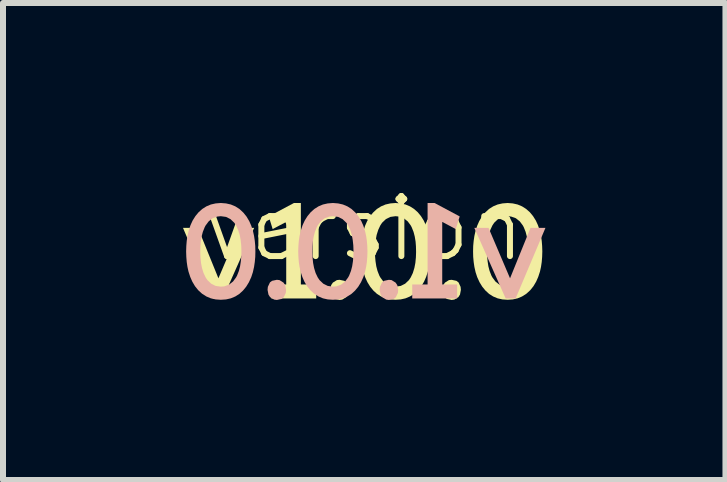
<source format=kicad_pcb>
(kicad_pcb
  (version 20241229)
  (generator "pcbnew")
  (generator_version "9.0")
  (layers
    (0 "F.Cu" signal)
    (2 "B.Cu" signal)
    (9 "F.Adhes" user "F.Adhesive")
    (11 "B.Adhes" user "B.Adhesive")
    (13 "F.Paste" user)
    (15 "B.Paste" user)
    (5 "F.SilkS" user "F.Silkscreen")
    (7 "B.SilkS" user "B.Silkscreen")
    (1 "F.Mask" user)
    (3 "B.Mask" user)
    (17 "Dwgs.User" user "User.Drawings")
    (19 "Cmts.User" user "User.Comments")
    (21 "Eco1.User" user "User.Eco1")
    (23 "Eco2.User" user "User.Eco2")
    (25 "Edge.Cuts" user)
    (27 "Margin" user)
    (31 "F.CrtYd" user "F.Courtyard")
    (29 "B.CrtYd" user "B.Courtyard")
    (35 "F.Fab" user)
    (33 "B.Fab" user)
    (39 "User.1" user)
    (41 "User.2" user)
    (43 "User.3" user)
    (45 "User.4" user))
  (footprint "version"
    (layer "F.Cu")
    (at 3.02 1.26)
    (property "Reference" "version" (at 0 -0.5 0) (unlocked yes) (layer "F.SilkS") (effects (font (size 1 1) (thickness 0.1))))
    (fp_poly (pts (xy -2.43 0.328) (xy -2.072 -0.512) (xy -1.835 -0.512) (xy -2.357 0.664) (xy -2.523 0.664) (xy -3.02 -0.512) (xy -2.771 -0.512)) (stroke (width 0) (type solid)) (fill yes) (layer "F.SilkS"))
    (fp_poly (pts (xy -1.3 0.431) (xy -1.3 -0.612) (xy -1.526 -0.492) (xy -1.591 -0.703) (xy -1.172 -0.927) (xy -1.056 -0.927) (xy -1.056 0.431) (xy -0.8 0.431) (xy -0.8 0.664) (xy -1.548 0.664) (xy -1.548 0.431)) (stroke (width 0) (type solid)) (fill yes) (layer "F.SilkS"))
    (fp_poly (pts (xy -0.332 0.37) (xy -0.297 0.396) (xy -0.262 0.47) (xy -0.257 0.521) (xy -0.272 0.599) (xy -0.299 0.642) (xy -0.367 0.683) (xy -0.411 0.689) (xy -0.491 0.672) (xy -0.526 0.645) (xy -0.561 0.572) (xy -0.566 0.521) (xy -0.551 0.442) (xy -0.523 0.4) (xy -0.456 0.358) (xy -0.411 0.353)) (stroke (width 0) (type solid)) (fill yes) (layer "F.SilkS"))
    (fp_poly (pts (xy 1.536 0.37) (xy 1.571 0.396) (xy 1.606 0.47) (xy 1.611 0.521) (xy 1.596 0.599) (xy 1.569 0.642) (xy 1.501 0.683) (xy 1.456 0.689) (xy 1.377 0.672) (xy 1.342 0.645) (xy 1.307 0.572) (xy 1.302 0.521) (xy 1.317 0.442) (xy 1.345 0.4) (xy 1.412 0.358) (xy 1.456 0.353)) (stroke (width 0) (type solid)) (fill yes) (layer "F.SilkS"))
    (fp_poly (pts (xy 0.608 -0.92) (xy 0.688 -0.902) (xy 0.762 -0.871) (xy 0.83 -0.828) (xy 0.892 -0.773) (xy 0.945 -0.709) (xy 0.992 -0.634) (xy 1.026 -0.56) (xy 1.03 -0.549) (xy 1.057 -0.467) (xy 1.078 -0.378) (xy 1.09 -0.297) (xy 1.097 -0.211) (xy 1.1 -0.12) (xy 1.097 -0.029) (xy 1.09 0.057) (xy 1.078 0.138) (xy 1.061 0.215) (xy 1.034 0.298) (xy 1.03 0.309) (xy 0.997 0.384) (xy 0.952 0.46) (xy 0.899 0.526) (xy 0.839 0.582) (xy 0.83 0.588) (xy 0.762 0.631) (xy 0.688 0.662) (xy 0.608 0.68) (xy 0.522 0.686) (xy 0.435 0.68) (xy 0.355 0.662) (xy 0.281 0.631) (xy 0.213 0.588) (xy 0.153 0.533) (xy 0.1 0.469) (xy 0.054 0.394) (xy 0.02 0.32) (xy 0.015 0.309) (xy -0.012 0.227) (xy -0.032 0.138) (xy -0.044 0.057) (xy -0.051 -0.029) (xy -0.054 -0.12) (xy 0.179 -0.12) (xy 0.181 -0.036) (xy 0.188 0.043) (xy 0.201 0.128) (xy 0.221 0.205) (xy 0.252 0.284) (xy 0.268 0.313) (xy 0.318 0.381) (xy 0.385 0.433) (xy 0.463 0.462) (xy 0.522 0.467) (xy 0.608 0.455) (xy 0.682 0.418) (xy 0.745 0.358) (xy 0.775 0.313) (xy 0.81 0.24) (xy 0.836 0.155) (xy 0.852 0.072) (xy 0.861 -0.019) (xy 0.864 -0.103) (xy 0.864 -0.12) (xy 0.862 -0.204) (xy 0.856 -0.283) (xy 0.842 -0.368) (xy 0.822 -0.445) (xy 0.791 -0.523) (xy 0.775 -0.553) (xy 0.725 -0.62) (xy 0.659 -0.673) (xy 0.58 -0.701) (xy 0.522 -0.707) (xy 0.435 -0.695) (xy 0.361 -0.658) (xy 0.298 -0.598) (xy 0.268 -0.553) (xy 0.234 -0.48) (xy 0.207 -0.395) (xy 0.192 -0.312) (xy 0.182 -0.221) (xy 0.179 -0.137) (xy 0.179 -0.12) (xy -0.054 -0.12) (xy -0.051 -0.211) (xy -0.044 -0.297) (xy -0.032 -0.378) (xy -0.015 -0.454) (xy 0.011 -0.537) (xy 0.015 -0.549) (xy 0.048 -0.624) (xy 0.093 -0.7) (xy 0.146 -0.766) (xy 0.205 -0.821) (xy 0.213 -0.828) (xy 0.281 -0.871) (xy 0.355 -0.902) (xy 0.435 -0.92) (xy 0.522 -0.927)) (stroke (width 0) (type solid)) (fill yes) (layer "F.SilkS"))
    (fp_poly (pts (xy 2.476 -0.92) (xy 2.556 -0.902) (xy 2.63 -0.871) (xy 2.698 -0.828) (xy 2.76 -0.773) (xy 2.813 -0.709) (xy 2.86 -0.634) (xy 2.894 -0.56) (xy 2.898 -0.549) (xy 2.925 -0.467) (xy 2.946 -0.378) (xy 2.958 -0.297) (xy 2.965 -0.211) (xy 2.968 -0.12) (xy 2.965 -0.029) (xy 2.958 0.057) (xy 2.946 0.138) (xy 2.929 0.215) (xy 2.902 0.298) (xy 2.898 0.309) (xy 2.865 0.384) (xy 2.82 0.46) (xy 2.767 0.526) (xy 2.706 0.582) (xy 2.698 0.588) (xy 2.63 0.631) (xy 2.556 0.662) (xy 2.476 0.68) (xy 2.39 0.686) (xy 2.303 0.68) (xy 2.223 0.662) (xy 2.149 0.631) (xy 2.081 0.588) (xy 2.021 0.533) (xy 1.968 0.469) (xy 1.922 0.394) (xy 1.888 0.32) (xy 1.883 0.309) (xy 1.856 0.227) (xy 1.836 0.138) (xy 1.824 0.057) (xy 1.816 -0.029) (xy 1.814 -0.12) (xy 2.047 -0.12) (xy 2.049 -0.036) (xy 2.056 0.043) (xy 2.069 0.128) (xy 2.089 0.205) (xy 2.12 0.284) (xy 2.136 0.313) (xy 2.186 0.381) (xy 2.252 0.433) (xy 2.331 0.462) (xy 2.39 0.467) (xy 2.476 0.455) (xy 2.55 0.418) (xy 2.613 0.358) (xy 2.643 0.313) (xy 2.678 0.24) (xy 2.704 0.155) (xy 2.72 0.072) (xy 2.729 -0.019) (xy 2.732 -0.103) (xy 2.732 -0.12) (xy 2.73 -0.204) (xy 2.724 -0.283) (xy 2.71 -0.368) (xy 2.69 -0.445) (xy 2.659 -0.523) (xy 2.643 -0.553) (xy 2.593 -0.62) (xy 2.527 -0.673) (xy 2.448 -0.701) (xy 2.39 -0.707) (xy 2.303 -0.695) (xy 2.229 -0.658) (xy 2.166 -0.598) (xy 2.136 -0.553) (xy 2.102 -0.48) (xy 2.075 -0.395) (xy 2.06 -0.312) (xy 2.05 -0.221) (xy 2.047 -0.137) (xy 2.047 -0.12) (xy 1.814 -0.12) (xy 1.816 -0.211) (xy 1.824 -0.297) (xy 1.836 -0.378) (xy 1.853 -0.454) (xy 1.879 -0.537) (xy 1.883 -0.549) (xy 1.916 -0.624) (xy 1.961 -0.7) (xy 2.014 -0.766) (xy 2.073 -0.821) (xy 2.081 -0.828) (xy 2.149 -0.871) (xy 2.223 -0.902) (xy 2.303 -0.92) (xy 2.39 -0.927)) (stroke (width 0) (type solid)) (fill yes) (layer "F.SilkS"))
    (fp_poly (pts (xy 2.43 0.328) (xy 2.072 -0.512) (xy 1.835 -0.512) (xy 2.357 0.664) (xy 2.523 0.664) (xy 3.02 -0.512) (xy 2.771 -0.512)) (stroke (width 0) (type solid)) (fill yes) (layer "B.SilkS"))
    (fp_poly (pts (xy 1.3 0.431) (xy 1.3 -0.612) (xy 1.526 -0.492) (xy 1.591 -0.703) (xy 1.172 -0.927) (xy 1.056 -0.927) (xy 1.056 0.431) (xy 0.8 0.431) (xy 0.8 0.664) (xy 1.548 0.664) (xy 1.548 0.431)) (stroke (width 0) (type solid)) (fill yes) (layer "B.SilkS"))
    (fp_poly (pts (xy -1.536 0.37) (xy -1.571 0.396) (xy -1.606 0.47) (xy -1.611 0.521) (xy -1.596 0.599) (xy -1.569 0.642) (xy -1.501 0.683) (xy -1.456 0.689) (xy -1.377 0.672) (xy -1.342 0.645) (xy -1.307 0.572) (xy -1.302 0.521) (xy -1.317 0.442) (xy -1.345 0.4) (xy -1.412 0.358) (xy -1.456 0.353)) (stroke (width 0) (type solid)) (fill yes) (layer "B.SilkS"))
    (fp_poly (pts (xy 0.332 0.37) (xy 0.297 0.396) (xy 0.262 0.47) (xy 0.257 0.521) (xy 0.272 0.599) (xy 0.299 0.642) (xy 0.367 0.683) (xy 0.411 0.689) (xy 0.491 0.672) (xy 0.526 0.645) (xy 0.561 0.572) (xy 0.566 0.521) (xy 0.551 0.442) (xy 0.523 0.4) (xy 0.456 0.358) (xy 0.411 0.353)) (stroke (width 0) (type solid)) (fill yes) (layer "B.SilkS"))
    (fp_poly (pts (xy -2.476 -0.92) (xy -2.556 -0.902) (xy -2.63 -0.871) (xy -2.698 -0.828) (xy -2.76 -0.773) (xy -2.813 -0.709) (xy -2.86 -0.634) (xy -2.894 -0.56) (xy -2.898 -0.549) (xy -2.925 -0.467) (xy -2.946 -0.378) (xy -2.958 -0.297) (xy -2.965 -0.211) (xy -2.968 -0.12) (xy -2.965 -0.029) (xy -2.958 0.057) (xy -2.946 0.138) (xy -2.929 0.215) (xy -2.902 0.298) (xy -2.898 0.309) (xy -2.865 0.384) (xy -2.82 0.46) (xy -2.767 0.526) (xy -2.706 0.582) (xy -2.698 0.588) (xy -2.63 0.631) (xy -2.556 0.662) (xy -2.476 0.68) (xy -2.39 0.686) (xy -2.303 0.68) (xy -2.223 0.662) (xy -2.149 0.631) (xy -2.081 0.588) (xy -2.021 0.533) (xy -1.968 0.469) (xy -1.922 0.394) (xy -1.888 0.32) (xy -1.883 0.309) (xy -1.856 0.227) (xy -1.836 0.138) (xy -1.824 0.057) (xy -1.816 -0.029) (xy -1.814 -0.12) (xy -2.047 -0.12) (xy -2.049 -0.036) (xy -2.056 0.043) (xy -2.069 0.128) (xy -2.089 0.205) (xy -2.12 0.284) (xy -2.136 0.313) (xy -2.186 0.381) (xy -2.252 0.433) (xy -2.331 0.462) (xy -2.39 0.467) (xy -2.476 0.455) (xy -2.55 0.418) (xy -2.613 0.358) (xy -2.643 0.313) (xy -2.678 0.24) (xy -2.704 0.155) (xy -2.72 0.072) (xy -2.729 -0.019) (xy -2.732 -0.103) (xy -2.732 -0.12) (xy -2.73 -0.204) (xy -2.724 -0.283) (xy -2.71 -0.368) (xy -2.69 -0.445) (xy -2.659 -0.523) (xy -2.643 -0.553) (xy -2.593 -0.62) (xy -2.527 -0.673) (xy -2.448 -0.701) (xy -2.39 -0.707) (xy -2.303 -0.695) (xy -2.229 -0.658) (xy -2.166 -0.598) (xy -2.136 -0.553) (xy -2.102 -0.48) (xy -2.075 -0.395) (xy -2.06 -0.312) (xy -2.05 -0.221) (xy -2.047 -0.137) (xy -2.047 -0.12) (xy -1.814 -0.12) (xy -1.816 -0.211) (xy -1.824 -0.297) (xy -1.836 -0.378) (xy -1.853 -0.454) (xy -1.879 -0.537) (xy -1.883 -0.549) (xy -1.916 -0.624) (xy -1.961 -0.7) (xy -2.014 -0.766) (xy -2.073 -0.821) (xy -2.081 -0.828) (xy -2.149 -0.871) (xy -2.223 -0.902) (xy -2.303 -0.92) (xy -2.39 -0.927)) (stroke (width 0) (type solid)) (fill yes) (layer "B.SilkS"))
    (fp_poly (pts (xy -0.608 -0.92) (xy -0.688 -0.902) (xy -0.762 -0.871) (xy -0.83 -0.828) (xy -0.892 -0.773) (xy -0.945 -0.709) (xy -0.992 -0.634) (xy -1.026 -0.56) (xy -1.03 -0.549) (xy -1.057 -0.467) (xy -1.078 -0.378) (xy -1.09 -0.297) (xy -1.097 -0.211) (xy -1.1 -0.12) (xy -1.097 -0.029) (xy -1.09 0.057) (xy -1.078 0.138) (xy -1.061 0.215) (xy -1.034 0.298) (xy -1.03 0.309) (xy -0.997 0.384) (xy -0.952 0.46) (xy -0.899 0.526) (xy -0.839 0.582) (xy -0.83 0.588) (xy -0.762 0.631) (xy -0.688 0.662) (xy -0.608 0.68) (xy -0.522 0.686) (xy -0.435 0.68) (xy -0.355 0.662) (xy -0.281 0.631) (xy -0.213 0.588) (xy -0.153 0.533) (xy -0.1 0.469) (xy -0.054 0.394) (xy -0.02 0.32) (xy -0.015 0.309) (xy 0.012 0.227) (xy 0.032 0.138) (xy 0.044 0.057) (xy 0.051 -0.029) (xy 0.054 -0.12) (xy -0.179 -0.12) (xy -0.181 -0.036) (xy -0.188 0.043) (xy -0.201 0.128) (xy -0.221 0.205) (xy -0.252 0.284) (xy -0.268 0.313) (xy -0.318 0.381) (xy -0.385 0.433) (xy -0.463 0.462) (xy -0.522 0.467) (xy -0.608 0.455) (xy -0.682 0.418) (xy -0.745 0.358) (xy -0.775 0.313) (xy -0.81 0.24) (xy -0.836 0.155) (xy -0.852 0.072) (xy -0.861 -0.019) (xy -0.864 -0.103) (xy -0.864 -0.12) (xy -0.862 -0.204) (xy -0.856 -0.283) (xy -0.842 -0.368) (xy -0.822 -0.445) (xy -0.791 -0.523) (xy -0.775 -0.553) (xy -0.725 -0.62) (xy -0.659 -0.673) (xy -0.58 -0.701) (xy -0.522 -0.707) (xy -0.435 -0.695) (xy -0.361 -0.658) (xy -0.298 -0.598) (xy -0.268 -0.553) (xy -0.234 -0.48) (xy -0.207 -0.395) (xy -0.192 -0.312) (xy -0.182 -0.221) (xy -0.179 -0.137) (xy -0.179 -0.12) (xy 0.054 -0.12) (xy 0.051 -0.211) (xy 0.044 -0.297) (xy 0.032 -0.378) (xy 0.015 -0.454) (xy -0.011 -0.537) (xy -0.015 -0.549) (xy -0.048 -0.624) (xy -0.093 -0.7) (xy -0.146 -0.766) (xy -0.205 -0.821) (xy -0.213 -0.828) (xy -0.281 -0.871) (xy -0.355 -0.902) (xy -0.435 -0.92) (xy -0.522 -0.927)) (stroke (width 0) (type solid)) (fill yes) (layer "B.SilkS")))
  (gr_rect
    (start -3 -3)
    (end 9.04 4.949)
    (stroke (width 0.1) (type default))
    (fill no)
    (layer "Edge.Cuts")))
</source>
